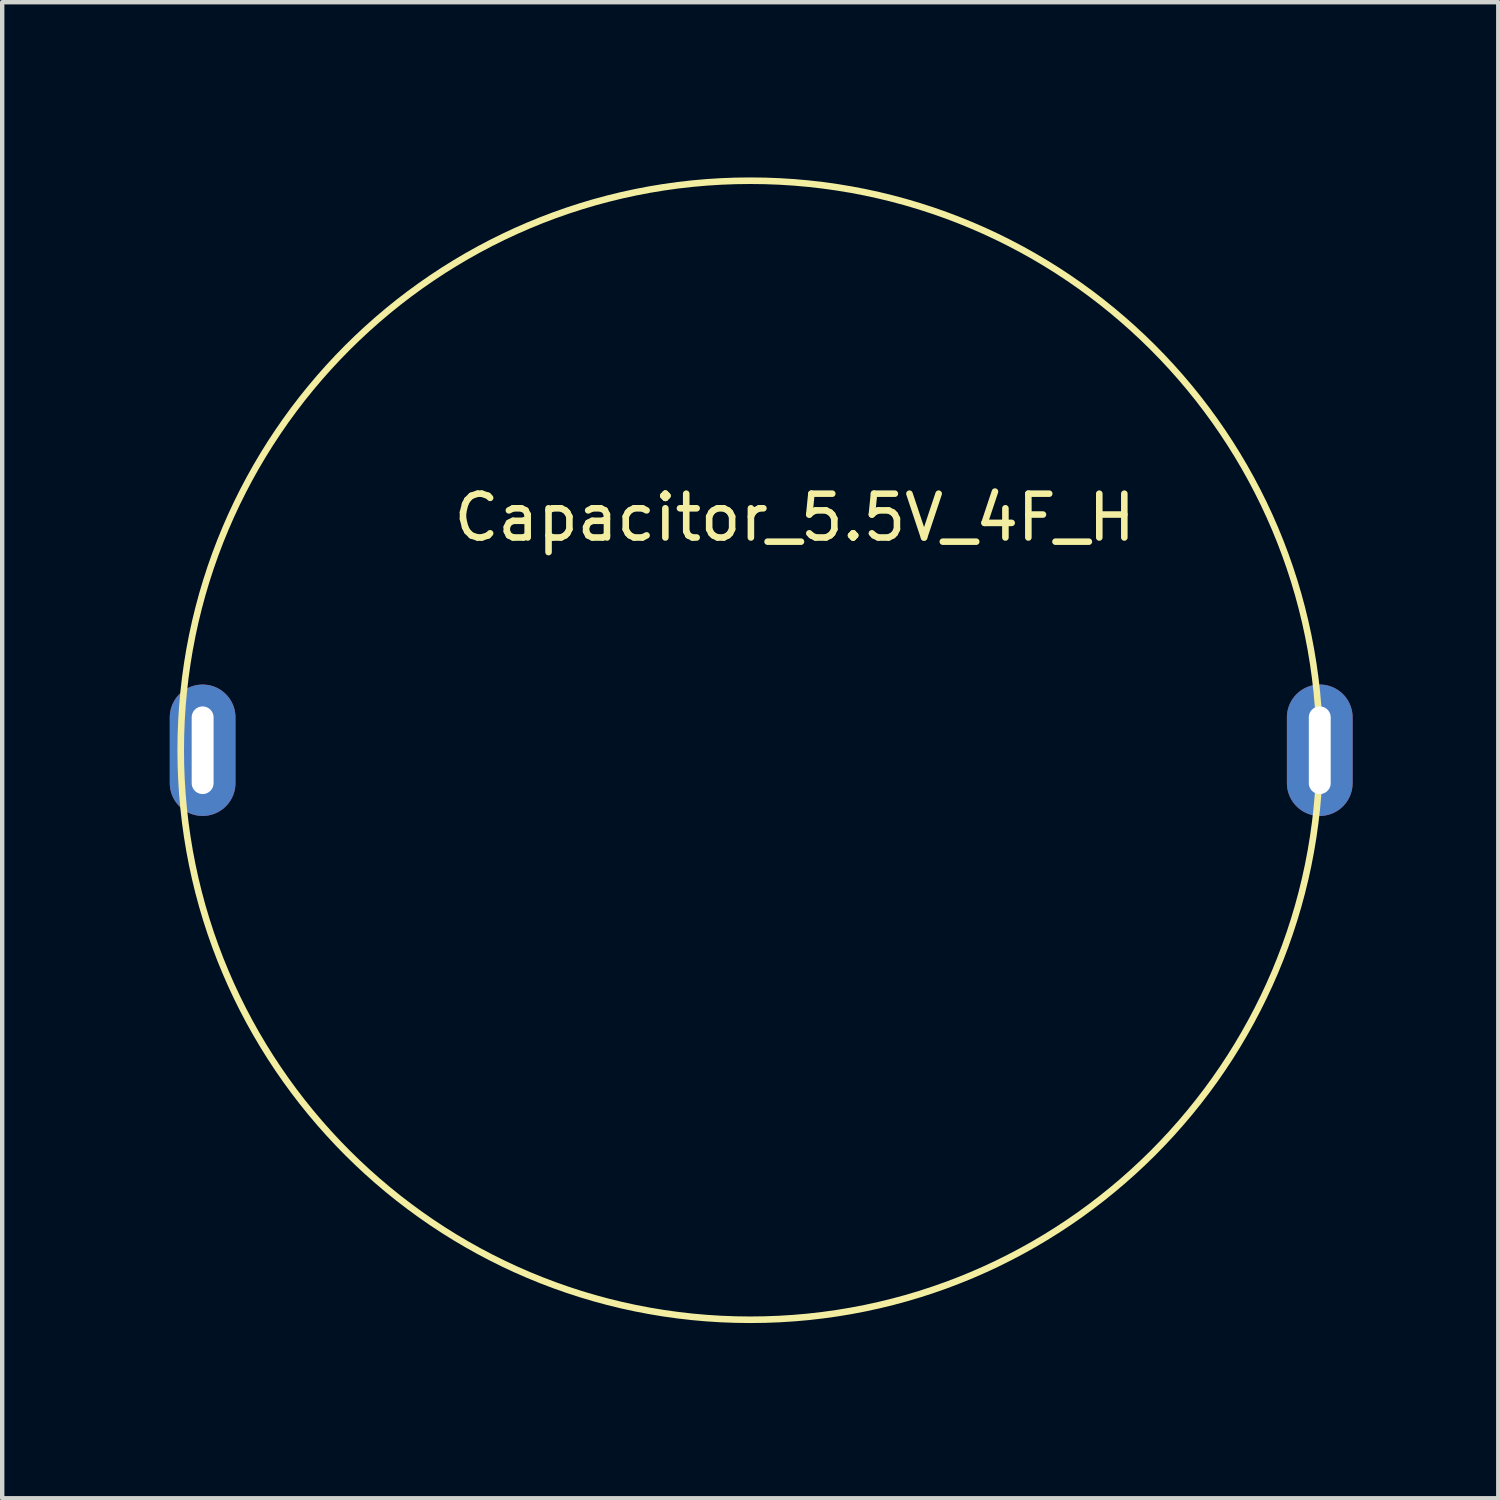
<source format=kicad_pcb>
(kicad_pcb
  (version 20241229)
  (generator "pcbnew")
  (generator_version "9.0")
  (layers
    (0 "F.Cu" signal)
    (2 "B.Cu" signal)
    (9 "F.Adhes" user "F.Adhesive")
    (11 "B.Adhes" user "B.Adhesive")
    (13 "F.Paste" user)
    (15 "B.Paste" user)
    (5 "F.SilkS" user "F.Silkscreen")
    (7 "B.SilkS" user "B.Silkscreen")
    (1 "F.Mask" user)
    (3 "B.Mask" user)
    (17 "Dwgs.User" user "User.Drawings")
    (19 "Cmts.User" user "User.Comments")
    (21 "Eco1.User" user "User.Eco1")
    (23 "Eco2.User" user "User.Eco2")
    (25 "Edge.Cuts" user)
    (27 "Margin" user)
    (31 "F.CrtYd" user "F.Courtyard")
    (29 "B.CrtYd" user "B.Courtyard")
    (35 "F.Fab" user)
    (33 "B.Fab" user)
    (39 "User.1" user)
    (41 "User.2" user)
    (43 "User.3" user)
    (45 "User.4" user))
  (footprint "Capacitor_5.5V_4F_H"
    (layer "F.Cu")
    (at 1.575 14.075)
    (property "Reference" "Capacitor_5.5V_4F_H" (at 13.515 -5.311 0) (layer "F.SilkS") (effects (font (size 1 1) (thickness 0.15))))
    (attr through_hole)
    (fp_circle (center 12.5 0) (end 25.5 0) (stroke (width 0.15) (type solid)) (fill no) (layer "F.SilkS"))
    (fp_circle (center 12.5 0) (end 26.5 0) (stroke (width 0.15) (type solid)) (fill no) (layer "Margin"))
    (pad "1" thru_hole oval (at 0 0) (size 1.5 3) (drill oval 0.5 2) (layers "*.Cu" "*.Mask"))
    (pad "2" thru_hole oval (at 25.5 0) (size 1.5 3) (drill oval 0.5 2) (layers "*.Cu" "*.Mask")))
  (gr_rect
    (start -3 -3)
    (end 31.15 31.15)
    (stroke (width 0.1) (type default))
    (fill no)
    (layer "Edge.Cuts")))
</source>
